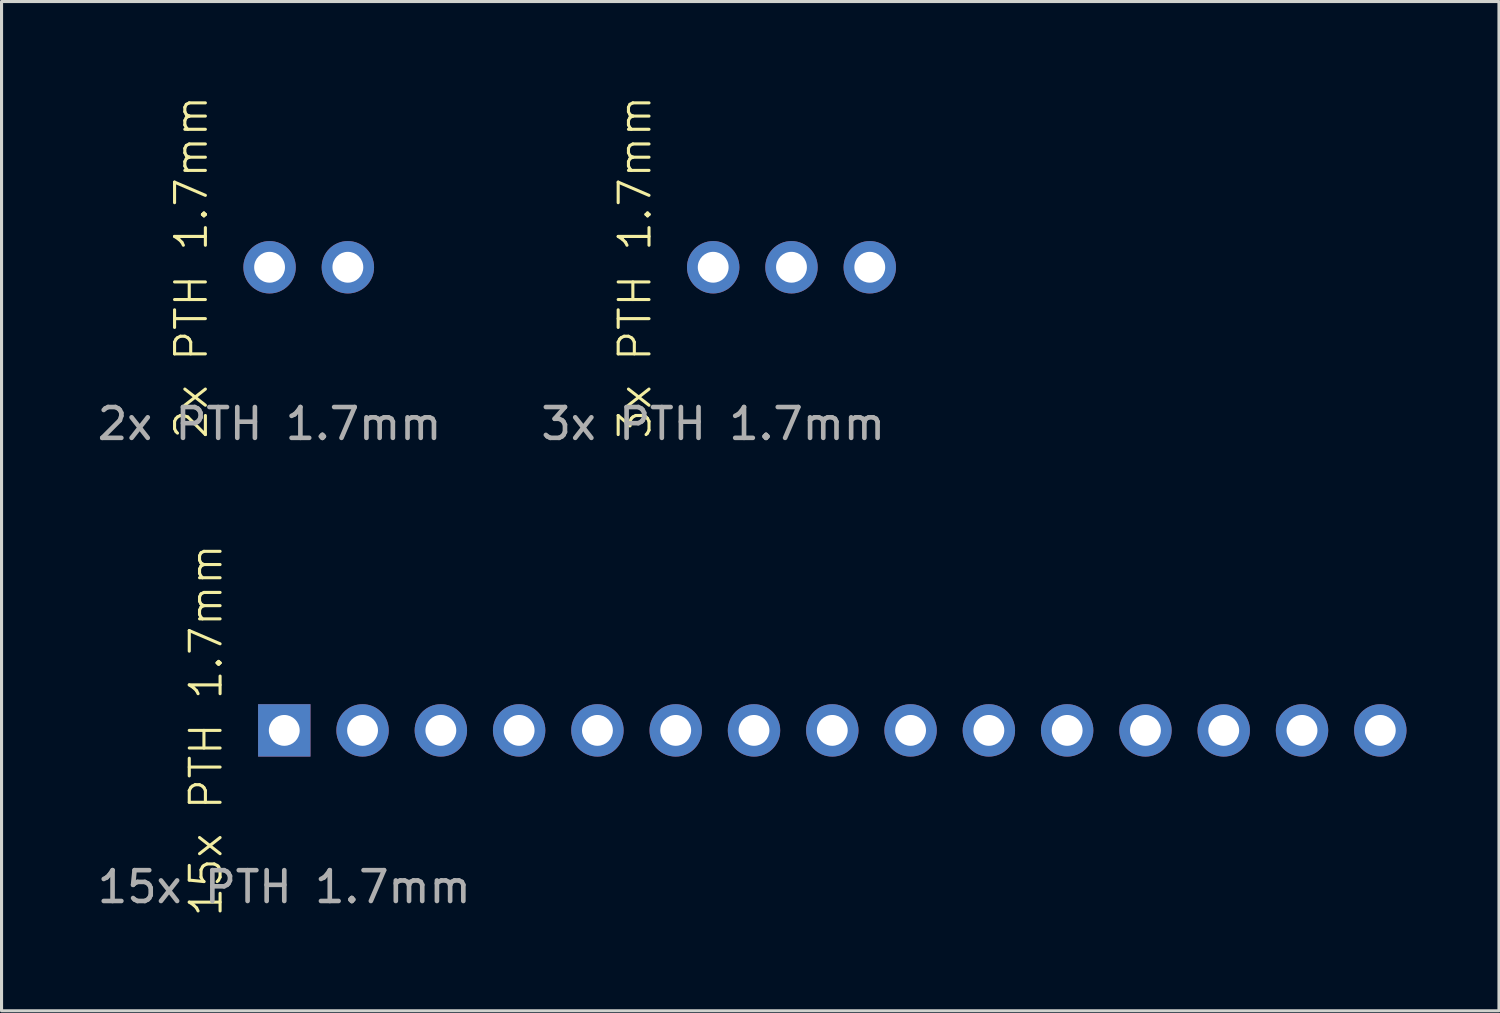
<source format=kicad_pcb>
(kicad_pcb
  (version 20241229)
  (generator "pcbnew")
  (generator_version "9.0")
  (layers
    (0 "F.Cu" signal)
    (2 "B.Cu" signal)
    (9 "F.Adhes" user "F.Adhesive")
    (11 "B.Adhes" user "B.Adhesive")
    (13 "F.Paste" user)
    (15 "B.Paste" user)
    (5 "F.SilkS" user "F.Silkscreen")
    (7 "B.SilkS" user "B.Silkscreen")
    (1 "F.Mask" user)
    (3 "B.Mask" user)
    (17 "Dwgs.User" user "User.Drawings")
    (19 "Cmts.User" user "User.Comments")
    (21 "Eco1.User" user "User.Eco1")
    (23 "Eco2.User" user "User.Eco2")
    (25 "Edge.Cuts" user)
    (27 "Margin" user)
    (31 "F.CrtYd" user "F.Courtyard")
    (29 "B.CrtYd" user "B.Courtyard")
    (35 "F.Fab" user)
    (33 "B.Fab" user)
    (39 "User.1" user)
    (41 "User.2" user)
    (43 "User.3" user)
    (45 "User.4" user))
  (footprint "3x PTH 1.7mm"
    (layer "F.Cu")
    (at 20.089 5.621)
    (property "Reference" "3x PTH 1.7mm" (at -2.54 0 90) (unlocked yes) (layer "F.SilkS") (effects (font (size 1 1) (thickness 0.1))))
    (attr through_hole)
    (fp_text user "${REFERENCE}" (at 0 5.08 0) (unlocked yes) (layer "F.Fab") (effects (font (size 1 1) (thickness 0.15))))
    (pad "1" thru_hole circle (at 0 0) (size 1.7 1.7) (drill 1) (layers "*.Cu" "*.Mask"))
    (pad "2" thru_hole circle (at 2.54 0) (size 1.7 1.7) (drill 1) (layers "*.Cu" "*.Mask"))
    (pad "3" thru_hole circle (at 5.08 0) (size 1.7 1.7) (drill 1) (layers "*.Cu" "*.Mask")))
  (footprint "2x PTH 1.7mm"
    (layer "F.Cu")
    (at 5.696 5.621)
    (property "Reference" "2x PTH 1.7mm" (at -2.54 0 90) (unlocked yes) (layer "F.SilkS") (effects (font (size 1 1) (thickness 0.1))))
    (attr through_hole)
    (fp_text user "${REFERENCE}" (at 0 5.08 0) (unlocked yes) (layer "F.Fab") (effects (font (size 1 1) (thickness 0.15))))
    (pad "1" thru_hole circle (at 0 0) (size 1.7 1.7) (drill 1) (layers "*.Cu" "*.Mask"))
    (pad "2" thru_hole circle (at 2.54 0) (size 1.7 1.7) (drill 1) (layers "*.Cu" "*.Mask")))
  (footprint "15x PTH 1.7mm"
    (layer "F.Cu")
    (at 6.173 20.647)
    (property "Reference" "15x PTH 1.7mm" (at -2.54 0 90) (unlocked yes) (layer "F.SilkS") (effects (font (size 1 1) (thickness 0.1))))
    (attr through_hole)
    (fp_text user "${REFERENCE}" (at 0 5.08 0) (unlocked yes) (layer "F.Fab") (effects (font (size 1 1) (thickness 0.15))))
    (pad "1" thru_hole rect (at 0 0) (size 1.7 1.7) (drill 1) (layers "*.Cu" "*.Mask"))
    (pad "2" thru_hole circle (at 2.54 0) (size 1.7 1.7) (drill 1) (layers "*.Cu" "*.Mask"))
    (pad "3" thru_hole circle (at 5.08 0) (size 1.7 1.7) (drill 1) (layers "*.Cu" "*.Mask"))
    (pad "4" thru_hole circle (at 7.62 0) (size 1.7 1.7) (drill 1) (layers "*.Cu" "*.Mask"))
    (pad "5" thru_hole circle (at 10.16 0) (size 1.7 1.7) (drill 1) (layers "*.Cu" "*.Mask"))
    (pad "6" thru_hole circle (at 12.7 0) (size 1.7 1.7) (drill 1) (layers "*.Cu" "*.Mask"))
    (pad "7" thru_hole circle (at 15.24 0) (size 1.7 1.7) (drill 1) (layers "*.Cu" "*.Mask"))
    (pad "8" thru_hole circle (at 17.78 0) (size 1.7 1.7) (drill 1) (layers "*.Cu" "*.Mask"))
    (pad "9" thru_hole circle (at 20.32 0) (size 1.7 1.7) (drill 1) (layers "*.Cu" "*.Mask"))
    (pad "10" thru_hole circle (at 22.86 0) (size 1.7 1.7) (drill 1) (layers "*.Cu" "*.Mask"))
    (pad "11" thru_hole circle (at 25.4 0) (size 1.7 1.7) (drill 1) (layers "*.Cu" "*.Mask"))
    (pad "12" thru_hole circle (at 27.94 0) (size 1.7 1.7) (drill 1) (layers "*.Cu" "*.Mask"))
    (pad "13" thru_hole circle (at 30.48 0) (size 1.7 1.7) (drill 1) (layers "*.Cu" "*.Mask"))
    (pad "15" thru_hole circle (at 33.02 0) (size 1.7 1.7) (drill 1) (layers "*.Cu" "*.Mask"))
    (pad "15" thru_hole circle (at 35.56 0) (size 1.7 1.7) (drill 1) (layers "*.Cu" "*.Mask")))
  (gr_rect
    (start -3 -3)
    (end 45.583 29.745)
    (stroke (width 0.1) (type default))
    (fill no)
    (layer "Edge.Cuts")))
</source>
